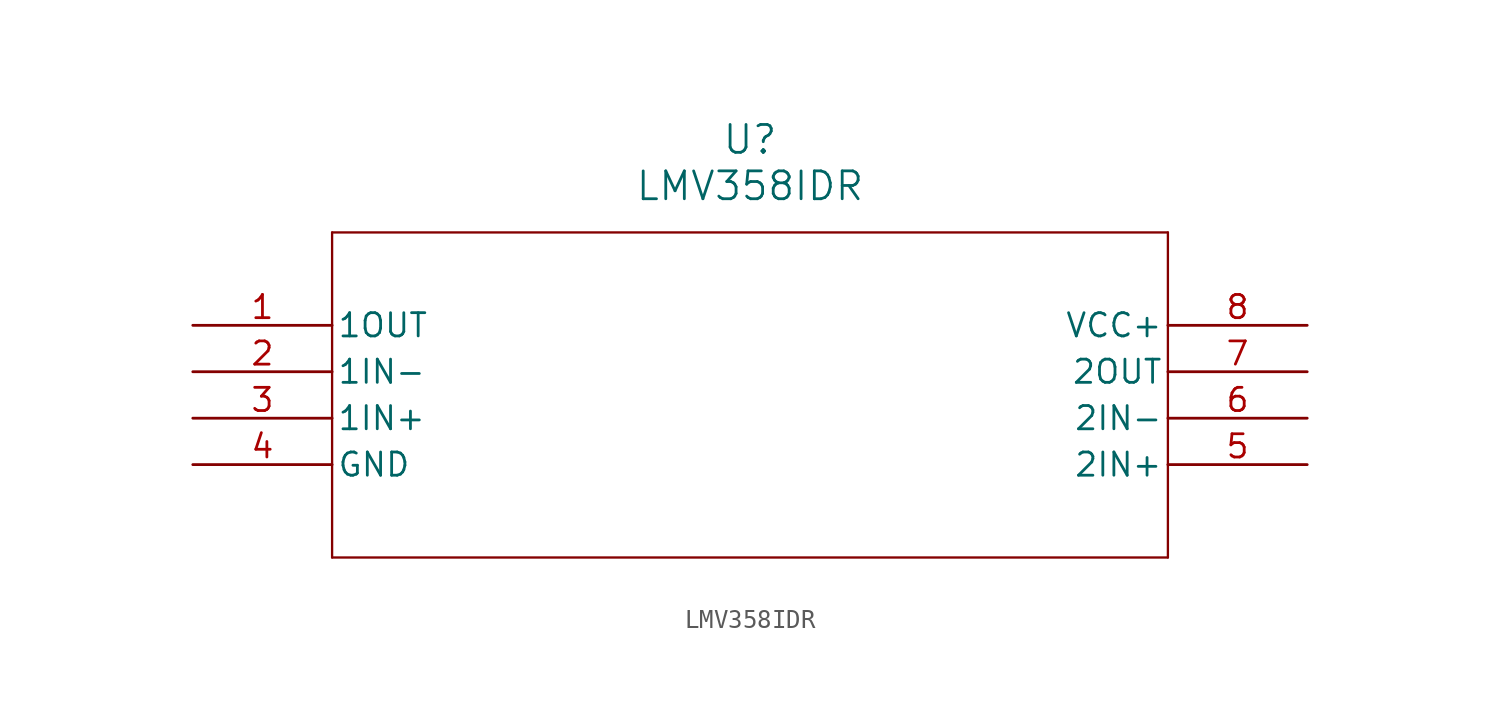
<source format=kicad_sym>
(kicad_symbol_lib
  (version 20220914)
  (generator kicad_symbol_editor)
  (symbol "LMV358IDR"
    (pin_names
      (offset 0.254))
    (property "Reference" "U"
      (at 30.48 10.16 0)
      (effects (font (size 1.524 1.524))))
    (property "Value" "LMV358IDR"
      (at 30.48 7.62 0)
      (effects (font (size 1.524 1.524))))
    (property "ki_locked" ""
      (at 0 0 0)
      (effects (font (size 1.27 1.27))))
    (symbol "LMV358IDR_0_1"
      (polyline (pts (xy 7.62 -12.7) (xy 53.34 -12.7)) (stroke (width 0.127) (type default)) (fill (type none)))
      (polyline (pts (xy 7.62 5.08) (xy 7.62 -12.7)) (stroke (width 0.127) (type default)) (fill (type none)))
      (polyline (pts (xy 53.34 -12.7) (xy 53.34 5.08)) (stroke (width 0.127) (type default)) (fill (type none)))
      (polyline (pts (xy 53.34 5.08) (xy 7.62 5.08)) (stroke (width 0.127) (type default)) (fill (type none)))
      (pin output line (at 0 0 0) (length 7.62) (name "1OUT" (effects (font (size 1.27 1.27)))) (number "1" (effects (font (size 1.27 1.27)))))
      (pin input line (at 0 -2.54 0) (length 7.62) (name "1IN-" (effects (font (size 1.27 1.27)))) (number "2" (effects (font (size 1.27 1.27)))))
      (pin input line (at 0 -5.08 0) (length 7.62) (name "1IN+" (effects (font (size 1.27 1.27)))) (number "3" (effects (font (size 1.27 1.27)))))
      (pin power_in line (at 0 -7.62 0) (length 7.62) (name "GND" (effects (font (size 1.27 1.27)))) (number "4" (effects (font (size 1.27 1.27)))))
      (pin input line (at 60.96 -7.62 180) (length 7.62) (name "2IN+" (effects (font (size 1.27 1.27)))) (number "5" (effects (font (size 1.27 1.27)))))
      (pin input line (at 60.96 -5.08 180) (length 7.62) (name "2IN-" (effects (font (size 1.27 1.27)))) (number "6" (effects (font (size 1.27 1.27)))))
      (pin output line (at 60.96 -2.54 180) (length 7.62) (name "2OUT" (effects (font (size 1.27 1.27)))) (number "7" (effects (font (size 1.27 1.27)))))
      (pin power_in line (at 60.96 0 180) (length 7.62) (name "VCC+" (effects (font (size 1.27 1.27)))) (number "8" (effects (font (size 1.27 1.27))))))))
</source>
